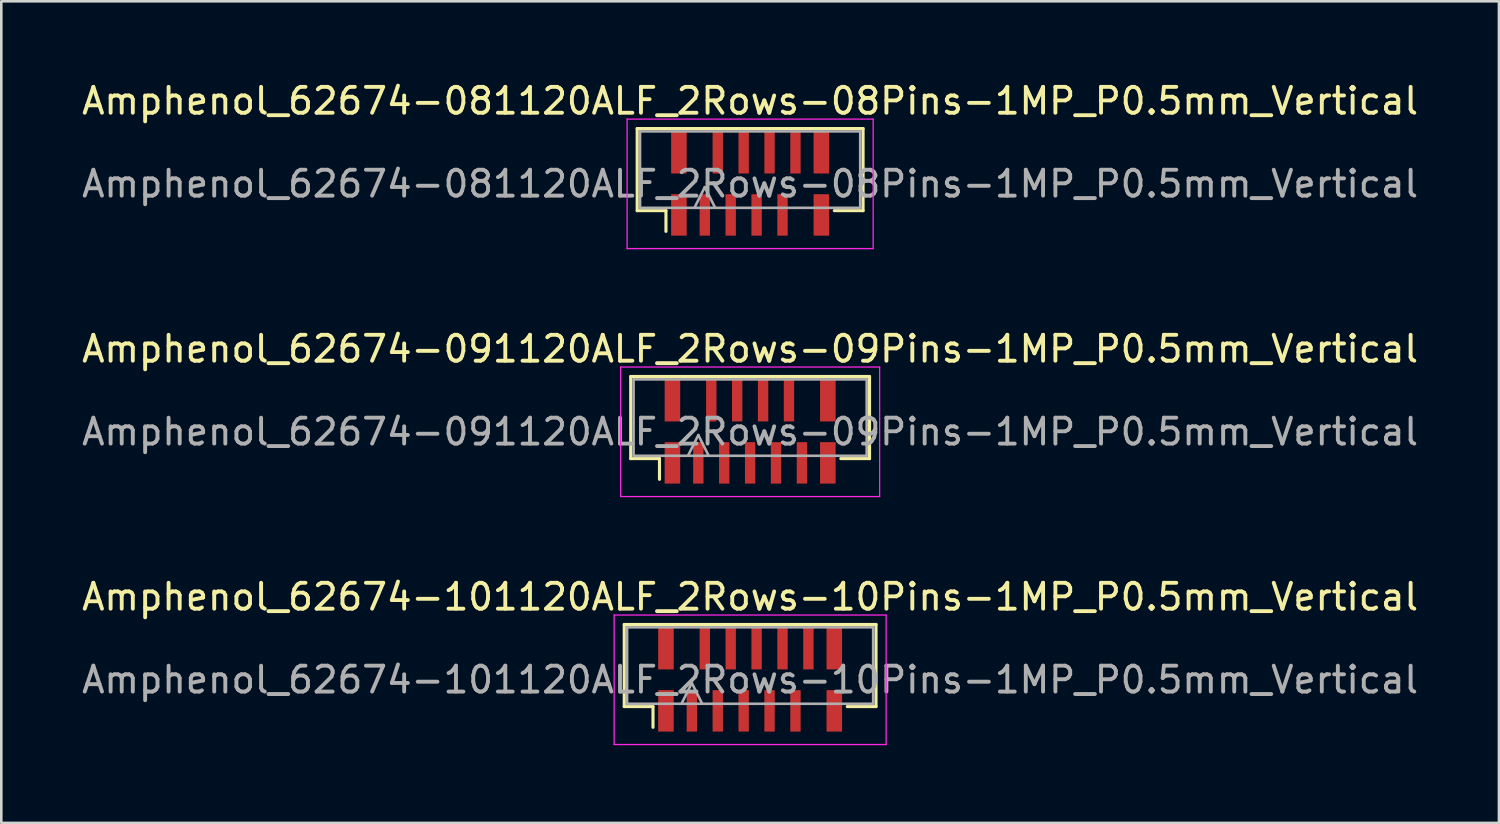
<source format=kicad_pcb>
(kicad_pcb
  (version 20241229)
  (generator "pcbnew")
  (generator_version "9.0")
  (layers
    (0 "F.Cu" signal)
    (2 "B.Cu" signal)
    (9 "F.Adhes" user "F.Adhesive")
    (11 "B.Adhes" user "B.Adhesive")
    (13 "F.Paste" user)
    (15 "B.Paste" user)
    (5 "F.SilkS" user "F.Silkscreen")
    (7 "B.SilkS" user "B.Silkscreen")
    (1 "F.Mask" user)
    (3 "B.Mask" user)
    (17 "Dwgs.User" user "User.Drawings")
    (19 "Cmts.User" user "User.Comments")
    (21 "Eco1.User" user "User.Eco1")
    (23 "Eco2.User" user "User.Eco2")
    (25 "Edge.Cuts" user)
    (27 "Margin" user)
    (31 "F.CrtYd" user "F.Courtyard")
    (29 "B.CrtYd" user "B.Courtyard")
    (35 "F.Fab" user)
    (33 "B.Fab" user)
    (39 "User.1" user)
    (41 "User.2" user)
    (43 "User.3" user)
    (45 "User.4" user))
  (footprint "Amphenol_62674-081120ALF_2Rows-08Pins-1MP_P0.5mm_Vertical"
    (layer "F.Cu")
    (at 25.911 4.048)
    (property "Reference" "Amphenol_62674-081120ALF_2Rows-08Pins-1MP_P0.5mm_Vertical" (at 0 -3.2 0) (layer "F.SilkS") (effects (font (size 1 1) (thickness 0.15))))
    (attr smd)
    (fp_line (start -4.36 -2.135) (end -4.36 1.035) (stroke (width 0.12) (type solid)) (layer "F.SilkS"))
    (fp_line (start -4.36 1.035) (end -3.25 1.035) (stroke (width 0.12) (type solid)) (layer "F.SilkS"))
    (fp_line (start -3.25 1.035) (end -3.25 1.835) (stroke (width 0.12) (type solid)) (layer "F.SilkS"))
    (fp_line (start 3.25 1.035) (end 4.36 1.035) (stroke (width 0.12) (type solid)) (layer "F.SilkS"))
    (fp_line (start 4.36 -2.135) (end -4.36 -2.135) (stroke (width 0.12) (type solid)) (layer "F.SilkS"))
    (fp_line (start 4.36 1.035) (end 4.36 -2.135) (stroke (width 0.12) (type solid)) (layer "F.SilkS"))
    (fp_line (start -4.75 -2.5) (end 4.75 -2.5) (stroke (width 0.05) (type solid)) (layer "F.CrtYd"))
    (fp_line (start -4.75 2.5) (end -4.75 -2.5) (stroke (width 0.05) (type solid)) (layer "F.CrtYd"))
    (fp_line (start 4.75 -2.5) (end 4.75 2.5) (stroke (width 0.05) (type solid)) (layer "F.CrtYd"))
    (fp_line (start 4.75 2.5) (end -4.75 2.5) (stroke (width 0.05) (type solid)) (layer "F.CrtYd"))
    (fp_line (start -4.25 -2.025) (end -4.25 0.925) (stroke (width 0.1) (type solid)) (layer "F.Fab"))
    (fp_line (start -4.25 0.925) (end 4.25 0.925) (stroke (width 0.1) (type solid)) (layer "F.Fab"))
    (fp_line (start -2.15 0.925) (end -1.75 0.125) (stroke (width 0.1) (type solid)) (layer "F.Fab"))
    (fp_line (start -1.75 0.125) (end -1.35 0.925) (stroke (width 0.1) (type solid)) (layer "F.Fab"))
    (fp_line (start 4.25 -2.025) (end -4.25 -2.025) (stroke (width 0.1) (type solid)) (layer "F.Fab"))
    (fp_line (start 4.25 0.925) (end 4.25 -2.025) (stroke (width 0.1) (type solid)) (layer "F.Fab"))
    (fp_text user "${REFERENCE}" (at 0 0 0) (layer "F.Fab") (effects (font (size 1 1) (thickness 0.15))))
    (pad "1" smd rect (at -1.75 1.2) (size 0.4 1.6) (layers "F.Cu" "F.Mask" "F.Paste"))
    (pad "2" smd rect (at -1.25 -1.2) (size 0.4 1.6) (layers "F.Cu" "F.Mask" "F.Paste"))
    (pad "3" smd rect (at -0.75 1.2) (size 0.4 1.6) (layers "F.Cu" "F.Mask" "F.Paste"))
    (pad "4" smd rect (at -0.25 -1.2) (size 0.4 1.6) (layers "F.Cu" "F.Mask" "F.Paste"))
    (pad "5" smd rect (at 0.25 1.2) (size 0.4 1.6) (layers "F.Cu" "F.Mask" "F.Paste"))
    (pad "6" smd rect (at 0.75 -1.2) (size 0.4 1.6) (layers "F.Cu" "F.Mask" "F.Paste"))
    (pad "7" smd rect (at 1.25 1.2) (size 0.4 1.6) (layers "F.Cu" "F.Mask" "F.Paste"))
    (pad "8" smd rect (at 1.75 -1.2) (size 0.4 1.6) (layers "F.Cu" "F.Mask" "F.Paste"))
    (pad "MP" smd rect (at -2.75 -1.2) (size 0.6 1.6) (layers "F.Cu" "F.Mask" "F.Paste"))
    (pad "MP" smd rect (at -2.75 1.2) (size 0.6 1.6) (layers "F.Cu" "F.Mask" "F.Paste"))
    (pad "MP" smd rect (at 2.75 -1.2) (size 0.6 1.6) (layers "F.Cu" "F.Mask" "F.Paste"))
    (pad "MP" smd rect (at 2.75 1.2) (size 0.6 1.6) (layers "F.Cu" "F.Mask" "F.Paste")))
  (footprint "Amphenol_62674-091120ALF_2Rows-09Pins-1MP_P0.5mm_Vertical"
    (layer "F.Cu")
    (at 25.911 13.621)
    (property "Reference" "Amphenol_62674-091120ALF_2Rows-09Pins-1MP_P0.5mm_Vertical" (at 0 -3.2 0) (layer "F.SilkS") (effects (font (size 1 1) (thickness 0.15))))
    (attr smd)
    (fp_line (start -4.61 -2.135) (end -4.61 1.035) (stroke (width 0.12) (type solid)) (layer "F.SilkS"))
    (fp_line (start -4.61 1.035) (end -3.5 1.035) (stroke (width 0.12) (type solid)) (layer "F.SilkS"))
    (fp_line (start -3.5 1.035) (end -3.5 1.835) (stroke (width 0.12) (type solid)) (layer "F.SilkS"))
    (fp_line (start 3.5 1.035) (end 4.61 1.035) (stroke (width 0.12) (type solid)) (layer "F.SilkS"))
    (fp_line (start 4.61 -2.135) (end -4.61 -2.135) (stroke (width 0.12) (type solid)) (layer "F.SilkS"))
    (fp_line (start 4.61 1.035) (end 4.61 -2.135) (stroke (width 0.12) (type solid)) (layer "F.SilkS"))
    (fp_line (start -5 -2.5) (end 5 -2.5) (stroke (width 0.05) (type solid)) (layer "F.CrtYd"))
    (fp_line (start -5 2.5) (end -5 -2.5) (stroke (width 0.05) (type solid)) (layer "F.CrtYd"))
    (fp_line (start 5 -2.5) (end 5 2.5) (stroke (width 0.05) (type solid)) (layer "F.CrtYd"))
    (fp_line (start 5 2.5) (end -5 2.5) (stroke (width 0.05) (type solid)) (layer "F.CrtYd"))
    (fp_line (start -4.5 -2.025) (end -4.5 0.925) (stroke (width 0.1) (type solid)) (layer "F.Fab"))
    (fp_line (start -4.5 0.925) (end 4.5 0.925) (stroke (width 0.1) (type solid)) (layer "F.Fab"))
    (fp_line (start -2.4 0.925) (end -2 0.125) (stroke (width 0.1) (type solid)) (layer "F.Fab"))
    (fp_line (start -2 0.125) (end -1.6 0.925) (stroke (width 0.1) (type solid)) (layer "F.Fab"))
    (fp_line (start 4.5 -2.025) (end -4.5 -2.025) (stroke (width 0.1) (type solid)) (layer "F.Fab"))
    (fp_line (start 4.5 0.925) (end 4.5 -2.025) (stroke (width 0.1) (type solid)) (layer "F.Fab"))
    (fp_text user "${REFERENCE}" (at 0 0 0) (layer "F.Fab") (effects (font (size 1 1) (thickness 0.15))))
    (pad "1" smd rect (at -2 1.2) (size 0.4 1.6) (layers "F.Cu" "F.Mask" "F.Paste"))
    (pad "2" smd rect (at -1.5 -1.2) (size 0.4 1.6) (layers "F.Cu" "F.Mask" "F.Paste"))
    (pad "3" smd rect (at -1 1.2) (size 0.4 1.6) (layers "F.Cu" "F.Mask" "F.Paste"))
    (pad "4" smd rect (at -0.5 -1.2) (size 0.4 1.6) (layers "F.Cu" "F.Mask" "F.Paste"))
    (pad "5" smd rect (at 0 1.2) (size 0.4 1.6) (layers "F.Cu" "F.Mask" "F.Paste"))
    (pad "6" smd rect (at 0.5 -1.2) (size 0.4 1.6) (layers "F.Cu" "F.Mask" "F.Paste"))
    (pad "7" smd rect (at 1 1.2) (size 0.4 1.6) (layers "F.Cu" "F.Mask" "F.Paste"))
    (pad "8" smd rect (at 1.5 -1.2) (size 0.4 1.6) (layers "F.Cu" "F.Mask" "F.Paste"))
    (pad "9" smd rect (at 2 1.2) (size 0.4 1.6) (layers "F.Cu" "F.Mask" "F.Paste"))
    (pad "MP" smd rect (at -3 -1.2) (size 0.6 1.6) (layers "F.Cu" "F.Mask" "F.Paste"))
    (pad "MP" smd rect (at -3 1.2) (size 0.6 1.6) (layers "F.Cu" "F.Mask" "F.Paste"))
    (pad "MP" smd rect (at 3 -1.2) (size 0.6 1.6) (layers "F.Cu" "F.Mask" "F.Paste"))
    (pad "MP" smd rect (at 3 1.2) (size 0.6 1.6) (layers "F.Cu" "F.Mask" "F.Paste")))
  (footprint "Amphenol_62674-101120ALF_2Rows-10Pins-1MP_P0.5mm_Vertical"
    (layer "F.Cu")
    (at 25.911 23.195)
    (property "Reference" "Amphenol_62674-101120ALF_2Rows-10Pins-1MP_P0.5mm_Vertical" (at 0 -3.2 0) (layer "F.SilkS") (effects (font (size 1 1) (thickness 0.15))))
    (attr smd)
    (fp_line (start -4.86 -2.135) (end -4.86 1.035) (stroke (width 0.12) (type solid)) (layer "F.SilkS"))
    (fp_line (start -4.86 1.035) (end -3.75 1.035) (stroke (width 0.12) (type solid)) (layer "F.SilkS"))
    (fp_line (start -3.75 1.035) (end -3.75 1.835) (stroke (width 0.12) (type solid)) (layer "F.SilkS"))
    (fp_line (start 3.75 1.035) (end 4.86 1.035) (stroke (width 0.12) (type solid)) (layer "F.SilkS"))
    (fp_line (start 4.86 -2.135) (end -4.86 -2.135) (stroke (width 0.12) (type solid)) (layer "F.SilkS"))
    (fp_line (start 4.86 1.035) (end 4.86 -2.135) (stroke (width 0.12) (type solid)) (layer "F.SilkS"))
    (fp_line (start -5.25 -2.5) (end 5.25 -2.5) (stroke (width 0.05) (type solid)) (layer "F.CrtYd"))
    (fp_line (start -5.25 2.5) (end -5.25 -2.5) (stroke (width 0.05) (type solid)) (layer "F.CrtYd"))
    (fp_line (start 5.25 -2.5) (end 5.25 2.5) (stroke (width 0.05) (type solid)) (layer "F.CrtYd"))
    (fp_line (start 5.25 2.5) (end -5.25 2.5) (stroke (width 0.05) (type solid)) (layer "F.CrtYd"))
    (fp_line (start -4.75 -2.025) (end -4.75 0.925) (stroke (width 0.1) (type solid)) (layer "F.Fab"))
    (fp_line (start -4.75 0.925) (end 4.75 0.925) (stroke (width 0.1) (type solid)) (layer "F.Fab"))
    (fp_line (start -2.65 0.925) (end -2.25 0.125) (stroke (width 0.1) (type solid)) (layer "F.Fab"))
    (fp_line (start -2.25 0.125) (end -1.85 0.925) (stroke (width 0.1) (type solid)) (layer "F.Fab"))
    (fp_line (start 4.75 -2.025) (end -4.75 -2.025) (stroke (width 0.1) (type solid)) (layer "F.Fab"))
    (fp_line (start 4.75 0.925) (end 4.75 -2.025) (stroke (width 0.1) (type solid)) (layer "F.Fab"))
    (fp_text user "${REFERENCE}" (at 0 0 0) (layer "F.Fab") (effects (font (size 1 1) (thickness 0.15))))
    (pad "1" smd rect (at -2.25 1.2) (size 0.4 1.6) (layers "F.Cu" "F.Mask" "F.Paste"))
    (pad "2" smd rect (at -1.75 -1.2) (size 0.4 1.6) (layers "F.Cu" "F.Mask" "F.Paste"))
    (pad "3" smd rect (at -1.25 1.2) (size 0.4 1.6) (layers "F.Cu" "F.Mask" "F.Paste"))
    (pad "4" smd rect (at -0.75 -1.2) (size 0.4 1.6) (layers "F.Cu" "F.Mask" "F.Paste"))
    (pad "5" smd rect (at -0.25 1.2) (size 0.4 1.6) (layers "F.Cu" "F.Mask" "F.Paste"))
    (pad "6" smd rect (at 0.25 -1.2) (size 0.4 1.6) (layers "F.Cu" "F.Mask" "F.Paste"))
    (pad "7" smd rect (at 0.75 1.2) (size 0.4 1.6) (layers "F.Cu" "F.Mask" "F.Paste"))
    (pad "8" smd rect (at 1.25 -1.2) (size 0.4 1.6) (layers "F.Cu" "F.Mask" "F.Paste"))
    (pad "9" smd rect (at 1.75 1.2) (size 0.4 1.6) (layers "F.Cu" "F.Mask" "F.Paste"))
    (pad "10" smd rect (at 2.25 -1.2) (size 0.4 1.6) (layers "F.Cu" "F.Mask" "F.Paste"))
    (pad "MP" smd rect (at -3.25 -1.2) (size 0.6 1.6) (layers "F.Cu" "F.Mask" "F.Paste"))
    (pad "MP" smd rect (at -3.25 1.2) (size 0.6 1.6) (layers "F.Cu" "F.Mask" "F.Paste"))
    (pad "MP" smd rect (at 3.25 -1.2) (size 0.6 1.6) (layers "F.Cu" "F.Mask" "F.Paste"))
    (pad "MP" smd rect (at 3.25 1.2) (size 0.6 1.6) (layers "F.Cu" "F.Mask" "F.Paste")))
  (gr_rect
    (start -3 -3)
    (end 54.821 28.72)
    (stroke (width 0.1) (type default))
    (fill no)
    (layer "Edge.Cuts")))
</source>
